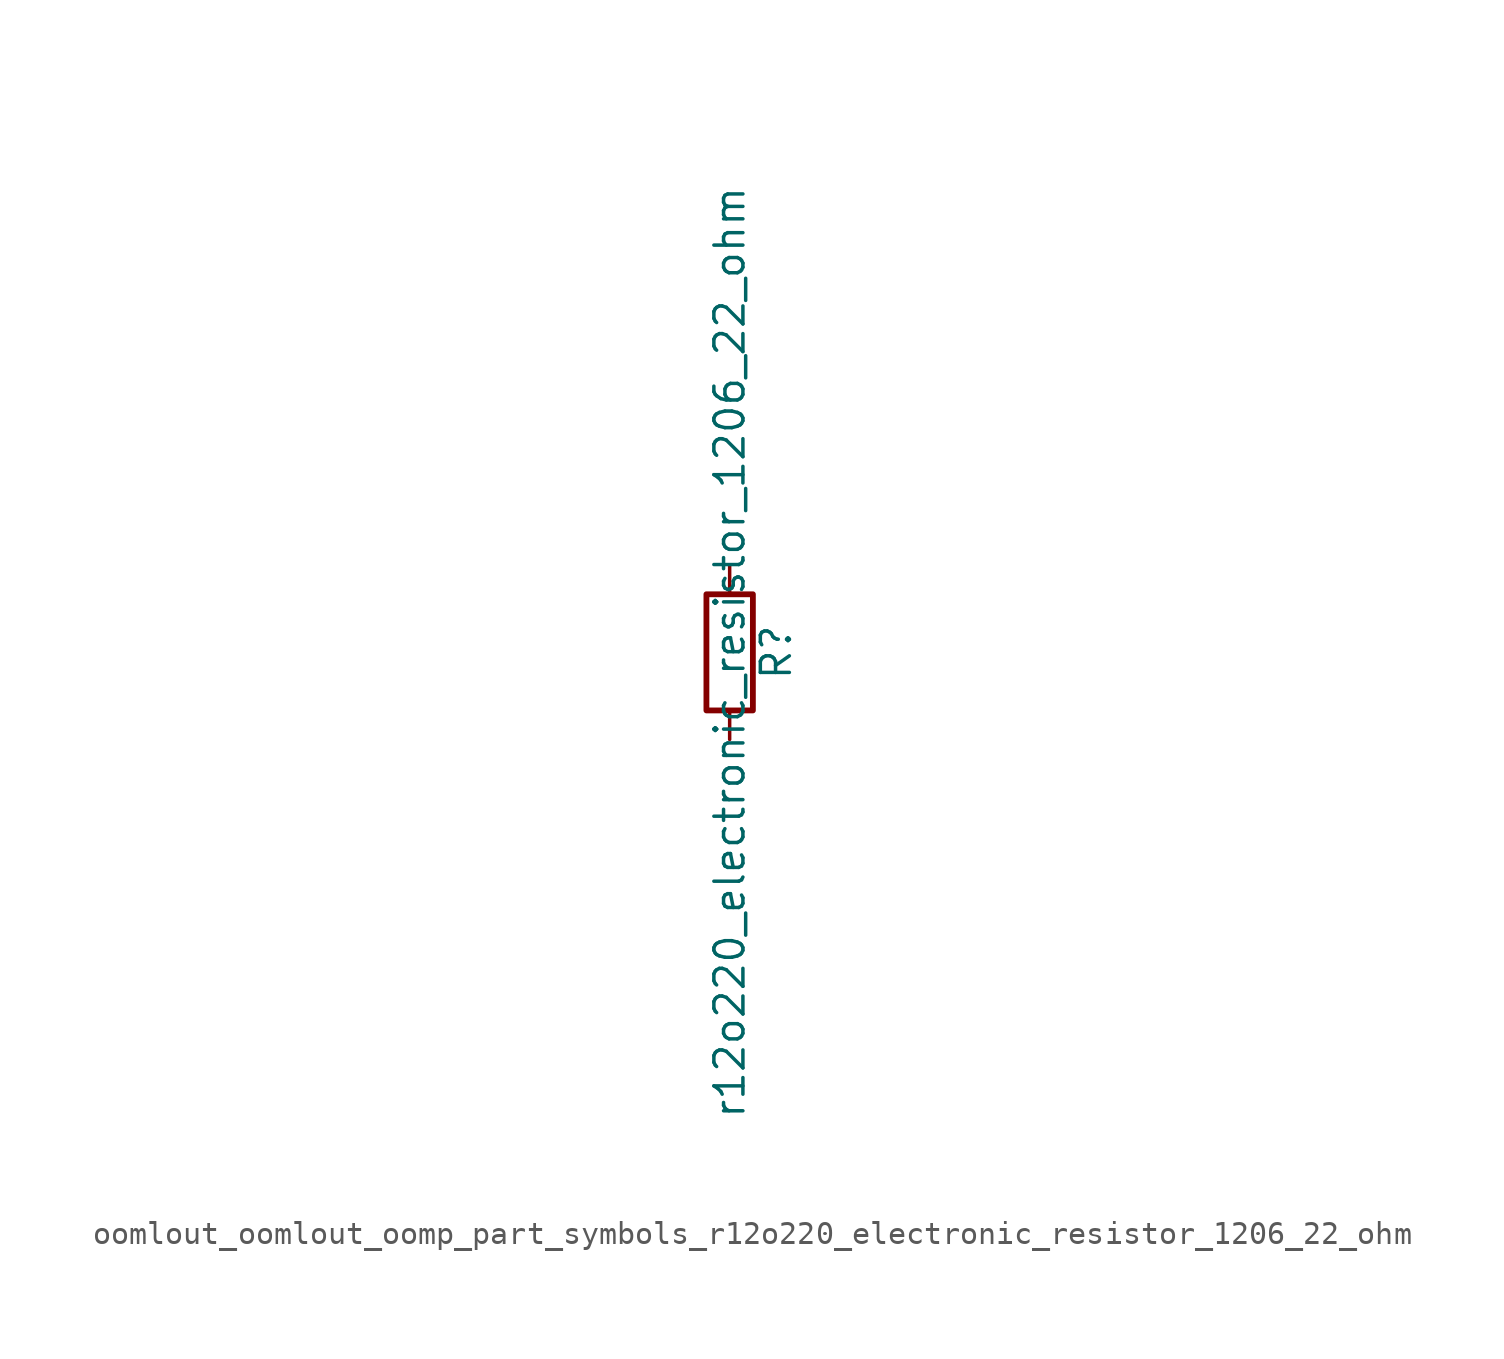
<source format=kicad_sym>
(kicad_symbol_lib
  (version 20220914)
  (generator kicad_symbol_editor)
  (symbol "oomlout_oomlout_oomp_part_symbols_r12o220_electronic_resistor_1206_22_ohm"
    (pin_numbers hide)
    (pin_names
      (offset 0))
    (property "Reference" "R"
      (at 2.032 0 90)
      (effects (font (size 1.27 1.27))))
    (property "Value" "r12o220_electronic_resistor_1206_22_ohm"
      (at 0 0 90)
      (effects (font (size 1.27 1.27))))
    (symbol "oomlout_oomlout_oomp_part_symbols_r12o220_electronic_resistor_1206_22_ohm_0_1"
      (rectangle (start -1.016 -2.54) (end 1.016 2.54) (stroke (width 0.254) (type default)) (fill (type none))))
    (symbol "oomlout_oomlout_oomp_part_symbols_r12o220_electronic_resistor_1206_22_ohm_1_1"
      (pin passive line (at 0 3.81 270) (length 1.27) (name "~" (effects (font (size 1.27 1.27)))) (number "1" (effects (font (size 1.27 1.27)))))
      (pin passive line (at 0 -3.81 90) (length 1.27) (name "~" (effects (font (size 1.27 1.27)))) (number "2" (effects (font (size 1.27 1.27))))))))
</source>
